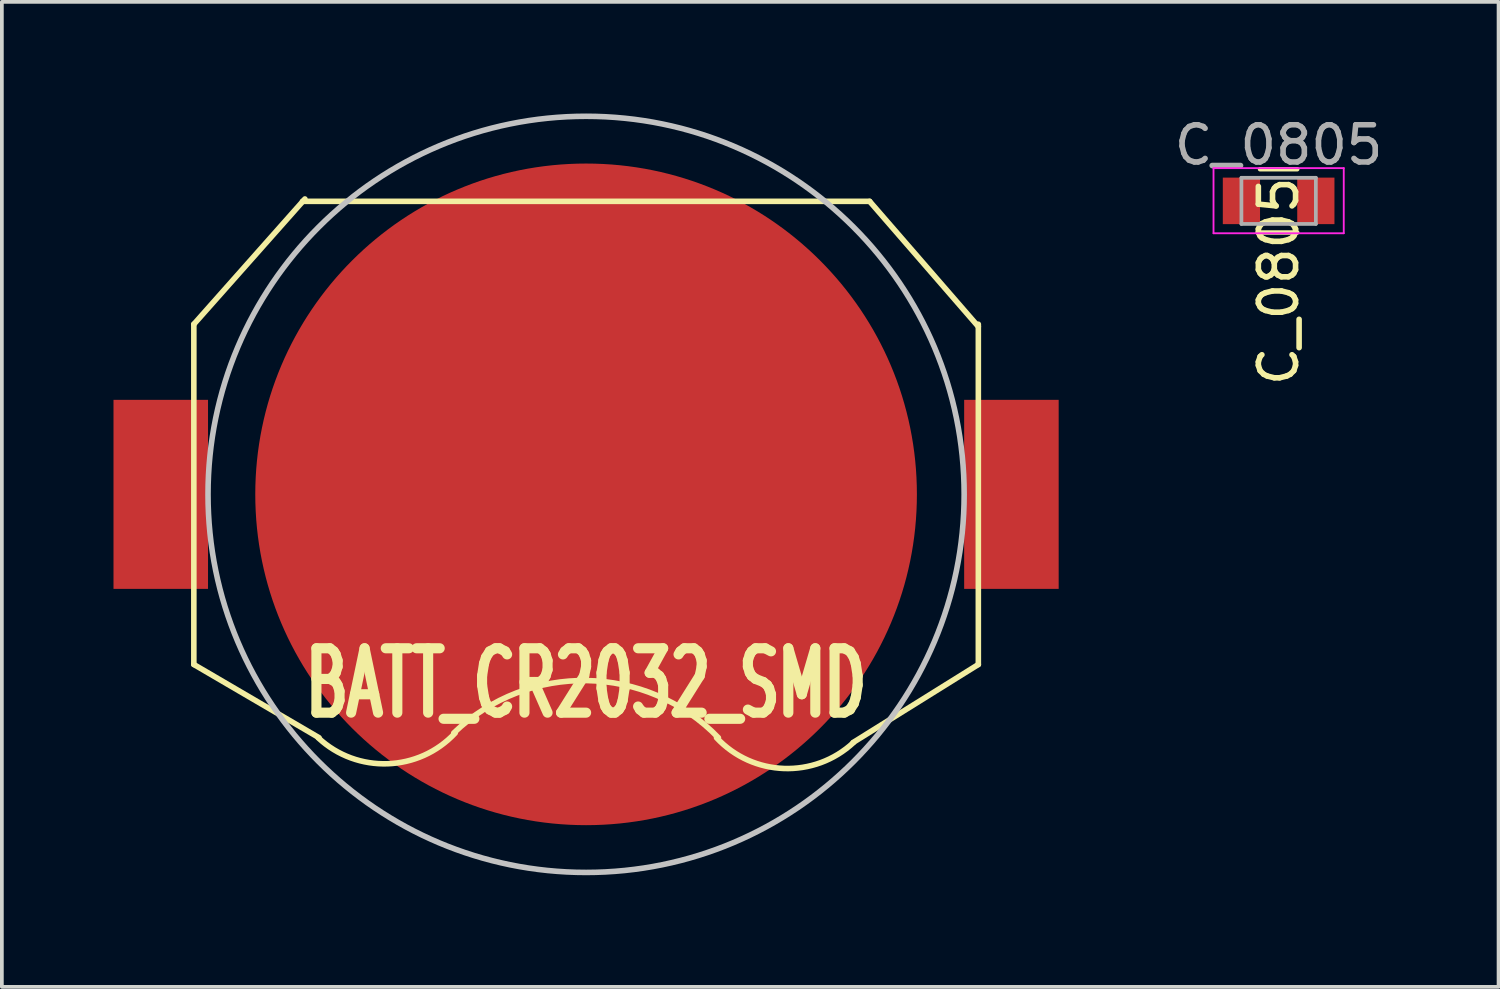
<source format=kicad_pcb>
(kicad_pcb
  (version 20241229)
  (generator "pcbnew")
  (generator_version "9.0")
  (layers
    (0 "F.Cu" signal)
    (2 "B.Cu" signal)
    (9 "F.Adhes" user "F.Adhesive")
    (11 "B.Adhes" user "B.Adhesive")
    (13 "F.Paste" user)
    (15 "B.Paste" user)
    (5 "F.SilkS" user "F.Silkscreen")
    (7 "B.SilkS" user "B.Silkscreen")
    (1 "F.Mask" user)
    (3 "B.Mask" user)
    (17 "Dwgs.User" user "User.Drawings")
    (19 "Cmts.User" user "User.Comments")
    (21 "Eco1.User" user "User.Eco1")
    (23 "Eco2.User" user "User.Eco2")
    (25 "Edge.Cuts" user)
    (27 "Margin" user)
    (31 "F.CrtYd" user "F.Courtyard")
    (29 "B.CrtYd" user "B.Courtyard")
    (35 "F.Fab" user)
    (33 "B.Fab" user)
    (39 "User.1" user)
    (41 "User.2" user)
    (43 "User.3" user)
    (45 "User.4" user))
  (footprint "C_0805"
    (layer "F.Cu")
    (at 31.311 2.348)
    (property "Reference" "C_0805" (at 0 2.159 270) (layer "F.SilkS") (effects (font (size 1 1) (thickness 0.15))))
    (attr smd)
    (fp_line (start -0.5 0.85) (end 0.5 0.85) (stroke (width 0.12) (type solid)) (layer "F.SilkS"))
    (fp_line (start 0.5 -0.85) (end -0.5 -0.85) (stroke (width 0.12) (type solid)) (layer "F.SilkS"))
    (fp_line (start -1.75 -0.88) (end -1.75 0.87) (stroke (width 0.05) (type solid)) (layer "F.CrtYd"))
    (fp_line (start -1.75 -0.88) (end 1.75 -0.88) (stroke (width 0.05) (type solid)) (layer "F.CrtYd"))
    (fp_line (start 1.75 0.87) (end -1.75 0.87) (stroke (width 0.05) (type solid)) (layer "F.CrtYd"))
    (fp_line (start 1.75 0.87) (end 1.75 -0.88) (stroke (width 0.05) (type solid)) (layer "F.CrtYd"))
    (fp_line (start -1 -0.62) (end 1 -0.62) (stroke (width 0.1) (type solid)) (layer "F.Fab"))
    (fp_line (start -1 0.62) (end -1 -0.62) (stroke (width 0.1) (type solid)) (layer "F.Fab"))
    (fp_line (start 1 -0.62) (end 1 0.62) (stroke (width 0.1) (type solid)) (layer "F.Fab"))
    (fp_line (start 1 0.62) (end -1 0.62) (stroke (width 0.1) (type solid)) (layer "F.Fab"))
    (fp_text user "${REFERENCE}" (at 0 -1.5 0) (layer "F.Fab") (effects (font (size 1 1) (thickness 0.15))))
    (pad "1" smd rect (at -1 0) (size 1 1.25) (layers "F.Cu" "F.Mask" "F.Paste"))
    (pad "2" smd rect (at 1 0) (size 1 1.25) (layers "F.Cu" "F.Mask" "F.Paste")))
  (footprint "BATT_CR2032_SMD"
    (layer "F.Cu")
    (at 12.7 10.235)
    (property "Reference" "BATT_CR2032_SMD" (at 0 5.08 0) (layer "F.SilkS") (effects (font (size 1.73 1.087) (thickness 0.272))))
    (attr through_hole)
    (fp_line (start -10.541 -4.572) (end -7.556 -7.938) (stroke (width 0.15) (type solid)) (layer "F.SilkS"))
    (fp_line (start -10.541 4.572) (end -10.541 -4.572) (stroke (width 0.15) (type solid)) (layer "F.SilkS"))
    (fp_line (start -7.62 -7.874) (end 7.62 -7.874) (stroke (width 0.15) (type solid)) (layer "F.SilkS"))
    (fp_line (start -7.176 6.54) (end -10.541 4.572) (stroke (width 0.15) (type solid)) (layer "F.SilkS"))
    (fp_line (start 7.176 6.668) (end 10.541 4.572) (stroke (width 0.15) (type solid)) (layer "F.SilkS"))
    (fp_line (start 7.62 -7.874) (end 10.541 -4.508) (stroke (width 0.15) (type solid)) (layer "F.SilkS"))
    (fp_line (start 10.541 4.572) (end 10.541 -4.572) (stroke (width 0.15) (type solid)) (layer "F.SilkS"))
    (fp_arc (start -3.556 6.4135) (mid 0.026303 5.004057) (end 3.556 6.5405) (stroke (width 0.15) (type solid)) (layer "F.SilkS"))
    (fp_arc (start -3.5179 6.4135) (mid -5.333097 7.239774) (end -7.2009 6.5405) (stroke (width 0.15) (type solid)) (layer "F.SilkS"))
    (fp_arc (start 7.1882 6.6675) (mid 5.320397 7.366774) (end 3.5052 6.5405) (stroke (width 0.15) (type solid)) (layer "F.SilkS"))
    (fp_circle (center 0 0) (end -10.16 0) (stroke (width 0.15) (type solid)) (fill no) (layer "Dwgs.User"))
    (pad "1" smd rect (at -11.43 0) (size 2.54 5.08) (layers "F.Cu" "F.Mask" "F.Paste"))
    (pad "1" smd rect (at 11.43 0) (size 2.54 5.08) (layers "F.Cu" "F.Mask" "F.Paste"))
    (pad "2" smd circle (at 0 0) (size 17.78 17.78) (layers "F.Cu" "F.Mask" "F.Paste")))
  (gr_rect
    (start -3 -3)
    (end 37.221 23.47)
    (stroke (width 0.1) (type default))
    (fill no)
    (layer "Edge.Cuts")))
</source>
